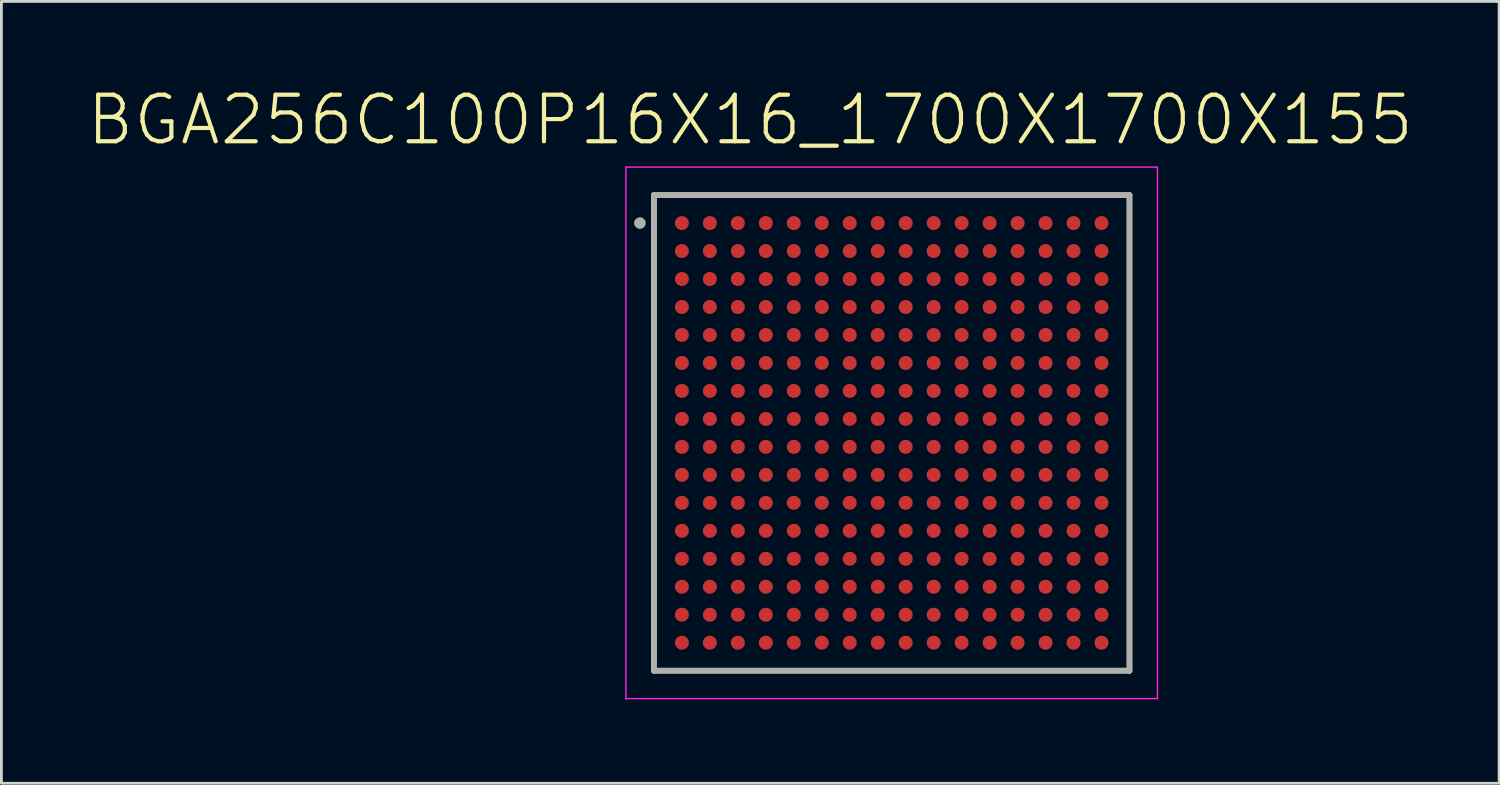
<source format=kicad_pcb>
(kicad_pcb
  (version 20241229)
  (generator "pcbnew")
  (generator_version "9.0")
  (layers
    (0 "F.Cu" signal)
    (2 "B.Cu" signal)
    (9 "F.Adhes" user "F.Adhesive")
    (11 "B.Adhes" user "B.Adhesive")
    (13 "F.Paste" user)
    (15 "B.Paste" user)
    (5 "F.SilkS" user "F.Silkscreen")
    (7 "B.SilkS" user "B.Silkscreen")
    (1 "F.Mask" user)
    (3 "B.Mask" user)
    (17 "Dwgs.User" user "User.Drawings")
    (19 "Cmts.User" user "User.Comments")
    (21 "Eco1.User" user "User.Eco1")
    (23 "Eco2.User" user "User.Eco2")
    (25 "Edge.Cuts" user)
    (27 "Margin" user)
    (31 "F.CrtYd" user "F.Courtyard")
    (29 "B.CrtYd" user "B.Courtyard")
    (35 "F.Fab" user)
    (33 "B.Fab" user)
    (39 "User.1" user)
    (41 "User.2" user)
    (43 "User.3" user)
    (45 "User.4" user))
  (footprint "BGA256C100P16X16_1700X1700X155"
    (layer "F.Cu")
    (at 28.825 12.424)
    (property "Reference" "BGA256C100P16X16_1700X1700X155" (at -5.056 -11.187 0) (layer "F.SilkS") (effects (font (size 1.665 1.665) (thickness 0.15))))
    (attr smd)
    (fp_circle (center -7.5 -7.5) (end -7.25 -7.5) (stroke (width 0) (type solid)) (fill yes) (layer "F.Mask"))
    (fp_circle (center -7.5 -6.5) (end -7.25 -6.5) (stroke (width 0) (type solid)) (fill yes) (layer "F.Mask"))
    (fp_circle (center -7.5 -5.5) (end -7.25 -5.5) (stroke (width 0) (type solid)) (fill yes) (layer "F.Mask"))
    (fp_circle (center -7.5 -4.5) (end -7.25 -4.5) (stroke (width 0) (type solid)) (fill yes) (layer "F.Mask"))
    (fp_circle (center -7.5 -3.5) (end -7.25 -3.5) (stroke (width 0) (type solid)) (fill yes) (layer "F.Mask"))
    (fp_circle (center -7.5 -2.5) (end -7.25 -2.5) (stroke (width 0) (type solid)) (fill yes) (layer "F.Mask"))
    (fp_circle (center -7.5 -1.5) (end -7.25 -1.5) (stroke (width 0) (type solid)) (fill yes) (layer "F.Mask"))
    (fp_circle (center -7.5 -0.5) (end -7.25 -0.5) (stroke (width 0) (type solid)) (fill yes) (layer "F.Mask"))
    (fp_circle (center -7.5 0.5) (end -7.25 0.5) (stroke (width 0) (type solid)) (fill yes) (layer "F.Mask"))
    (fp_circle (center -7.5 1.5) (end -7.25 1.5) (stroke (width 0) (type solid)) (fill yes) (layer "F.Mask"))
    (fp_circle (center -7.5 2.5) (end -7.25 2.5) (stroke (width 0) (type solid)) (fill yes) (layer "F.Mask"))
    (fp_circle (center -7.5 3.5) (end -7.25 3.5) (stroke (width 0) (type solid)) (fill yes) (layer "F.Mask"))
    (fp_circle (center -7.5 4.5) (end -7.25 4.5) (stroke (width 0) (type solid)) (fill yes) (layer "F.Mask"))
    (fp_circle (center -7.5 5.5) (end -7.25 5.5) (stroke (width 0) (type solid)) (fill yes) (layer "F.Mask"))
    (fp_circle (center -7.5 6.5) (end -7.25 6.5) (stroke (width 0) (type solid)) (fill yes) (layer "F.Mask"))
    (fp_circle (center -7.5 7.5) (end -7.25 7.5) (stroke (width 0) (type solid)) (fill yes) (layer "F.Mask"))
    (fp_circle (center -6.5 -7.5) (end -6.25 -7.5) (stroke (width 0) (type solid)) (fill yes) (layer "F.Mask"))
    (fp_circle (center -6.5 -6.5) (end -6.25 -6.5) (stroke (width 0) (type solid)) (fill yes) (layer "F.Mask"))
    (fp_circle (center -6.5 -5.5) (end -6.25 -5.5) (stroke (width 0) (type solid)) (fill yes) (layer "F.Mask"))
    (fp_circle (center -6.5 -4.5) (end -6.25 -4.5) (stroke (width 0) (type solid)) (fill yes) (layer "F.Mask"))
    (fp_circle (center -6.5 -3.5) (end -6.25 -3.5) (stroke (width 0) (type solid)) (fill yes) (layer "F.Mask"))
    (fp_circle (center -6.5 -2.5) (end -6.25 -2.5) (stroke (width 0) (type solid)) (fill yes) (layer "F.Mask"))
    (fp_circle (center -6.5 -1.5) (end -6.25 -1.5) (stroke (width 0) (type solid)) (fill yes) (layer "F.Mask"))
    (fp_circle (center -6.5 -0.5) (end -6.25 -0.5) (stroke (width 0) (type solid)) (fill yes) (layer "F.Mask"))
    (fp_circle (center -6.5 0.5) (end -6.25 0.5) (stroke (width 0) (type solid)) (fill yes) (layer "F.Mask"))
    (fp_circle (center -6.5 1.5) (end -6.25 1.5) (stroke (width 0) (type solid)) (fill yes) (layer "F.Mask"))
    (fp_circle (center -6.5 2.5) (end -6.25 2.5) (stroke (width 0) (type solid)) (fill yes) (layer "F.Mask"))
    (fp_circle (center -6.5 3.5) (end -6.25 3.5) (stroke (width 0) (type solid)) (fill yes) (layer "F.Mask"))
    (fp_circle (center -6.5 4.5) (end -6.25 4.5) (stroke (width 0) (type solid)) (fill yes) (layer "F.Mask"))
    (fp_circle (center -6.5 5.5) (end -6.25 5.5) (stroke (width 0) (type solid)) (fill yes) (layer "F.Mask"))
    (fp_circle (center -6.5 6.5) (end -6.25 6.5) (stroke (width 0) (type solid)) (fill yes) (layer "F.Mask"))
    (fp_circle (center -6.5 7.5) (end -6.25 7.5) (stroke (width 0) (type solid)) (fill yes) (layer "F.Mask"))
    (fp_circle (center -5.5 -7.5) (end -5.25 -7.5) (stroke (width 0) (type solid)) (fill yes) (layer "F.Mask"))
    (fp_circle (center -5.5 -6.5) (end -5.25 -6.5) (stroke (width 0) (type solid)) (fill yes) (layer "F.Mask"))
    (fp_circle (center -5.5 -5.5) (end -5.25 -5.5) (stroke (width 0) (type solid)) (fill yes) (layer "F.Mask"))
    (fp_circle (center -5.5 -4.5) (end -5.25 -4.5) (stroke (width 0) (type solid)) (fill yes) (layer "F.Mask"))
    (fp_circle (center -5.5 -3.5) (end -5.25 -3.5) (stroke (width 0) (type solid)) (fill yes) (layer "F.Mask"))
    (fp_circle (center -5.5 -2.5) (end -5.25 -2.5) (stroke (width 0) (type solid)) (fill yes) (layer "F.Mask"))
    (fp_circle (center -5.5 -1.5) (end -5.25 -1.5) (stroke (width 0) (type solid)) (fill yes) (layer "F.Mask"))
    (fp_circle (center -5.5 -0.5) (end -5.25 -0.5) (stroke (width 0) (type solid)) (fill yes) (layer "F.Mask"))
    (fp_circle (center -5.5 0.5) (end -5.25 0.5) (stroke (width 0) (type solid)) (fill yes) (layer "F.Mask"))
    (fp_circle (center -5.5 1.5) (end -5.25 1.5) (stroke (width 0) (type solid)) (fill yes) (layer "F.Mask"))
    (fp_circle (center -5.5 2.5) (end -5.25 2.5) (stroke (width 0) (type solid)) (fill yes) (layer "F.Mask"))
    (fp_circle (center -5.5 3.5) (end -5.25 3.5) (stroke (width 0) (type solid)) (fill yes) (layer "F.Mask"))
    (fp_circle (center -5.5 4.5) (end -5.25 4.5) (stroke (width 0) (type solid)) (fill yes) (layer "F.Mask"))
    (fp_circle (center -5.5 5.5) (end -5.25 5.5) (stroke (width 0) (type solid)) (fill yes) (layer "F.Mask"))
    (fp_circle (center -5.5 6.5) (end -5.25 6.5) (stroke (width 0) (type solid)) (fill yes) (layer "F.Mask"))
    (fp_circle (center -5.5 7.5) (end -5.25 7.5) (stroke (width 0) (type solid)) (fill yes) (layer "F.Mask"))
    (fp_circle (center -4.5 -7.5) (end -4.25 -7.5) (stroke (width 0) (type solid)) (fill yes) (layer "F.Mask"))
    (fp_circle (center -4.5 -6.5) (end -4.25 -6.5) (stroke (width 0) (type solid)) (fill yes) (layer "F.Mask"))
    (fp_circle (center -4.5 -5.5) (end -4.25 -5.5) (stroke (width 0) (type solid)) (fill yes) (layer "F.Mask"))
    (fp_circle (center -4.5 -4.5) (end -4.25 -4.5) (stroke (width 0) (type solid)) (fill yes) (layer "F.Mask"))
    (fp_circle (center -4.5 -3.5) (end -4.25 -3.5) (stroke (width 0) (type solid)) (fill yes) (layer "F.Mask"))
    (fp_circle (center -4.5 -2.5) (end -4.25 -2.5) (stroke (width 0) (type solid)) (fill yes) (layer "F.Mask"))
    (fp_circle (center -4.5 -1.5) (end -4.25 -1.5) (stroke (width 0) (type solid)) (fill yes) (layer "F.Mask"))
    (fp_circle (center -4.5 -0.5) (end -4.25 -0.5) (stroke (width 0) (type solid)) (fill yes) (layer "F.Mask"))
    (fp_circle (center -4.5 0.5) (end -4.25 0.5) (stroke (width 0) (type solid)) (fill yes) (layer "F.Mask"))
    (fp_circle (center -4.5 1.5) (end -4.25 1.5) (stroke (width 0) (type solid)) (fill yes) (layer "F.Mask"))
    (fp_circle (center -4.5 2.5) (end -4.25 2.5) (stroke (width 0) (type solid)) (fill yes) (layer "F.Mask"))
    (fp_circle (center -4.5 3.5) (end -4.25 3.5) (stroke (width 0) (type solid)) (fill yes) (layer "F.Mask"))
    (fp_circle (center -4.5 4.5) (end -4.25 4.5) (stroke (width 0) (type solid)) (fill yes) (layer "F.Mask"))
    (fp_circle (center -4.5 5.5) (end -4.25 5.5) (stroke (width 0) (type solid)) (fill yes) (layer "F.Mask"))
    (fp_circle (center -4.5 6.5) (end -4.25 6.5) (stroke (width 0) (type solid)) (fill yes) (layer "F.Mask"))
    (fp_circle (center -4.5 7.5) (end -4.25 7.5) (stroke (width 0) (type solid)) (fill yes) (layer "F.Mask"))
    (fp_circle (center -3.5 -7.5) (end -3.25 -7.5) (stroke (width 0) (type solid)) (fill yes) (layer "F.Mask"))
    (fp_circle (center -3.5 -6.5) (end -3.25 -6.5) (stroke (width 0) (type solid)) (fill yes) (layer "F.Mask"))
    (fp_circle (center -3.5 -5.5) (end -3.25 -5.5) (stroke (width 0) (type solid)) (fill yes) (layer "F.Mask"))
    (fp_circle (center -3.5 -4.5) (end -3.25 -4.5) (stroke (width 0) (type solid)) (fill yes) (layer "F.Mask"))
    (fp_circle (center -3.5 -3.5) (end -3.25 -3.5) (stroke (width 0) (type solid)) (fill yes) (layer "F.Mask"))
    (fp_circle (center -3.5 -2.5) (end -3.25 -2.5) (stroke (width 0) (type solid)) (fill yes) (layer "F.Mask"))
    (fp_circle (center -3.5 -1.5) (end -3.25 -1.5) (stroke (width 0) (type solid)) (fill yes) (layer "F.Mask"))
    (fp_circle (center -3.5 -0.5) (end -3.25 -0.5) (stroke (width 0) (type solid)) (fill yes) (layer "F.Mask"))
    (fp_circle (center -3.5 0.5) (end -3.25 0.5) (stroke (width 0) (type solid)) (fill yes) (layer "F.Mask"))
    (fp_circle (center -3.5 1.5) (end -3.25 1.5) (stroke (width 0) (type solid)) (fill yes) (layer "F.Mask"))
    (fp_circle (center -3.5 2.5) (end -3.25 2.5) (stroke (width 0) (type solid)) (fill yes) (layer "F.Mask"))
    (fp_circle (center -3.5 3.5) (end -3.25 3.5) (stroke (width 0) (type solid)) (fill yes) (layer "F.Mask"))
    (fp_circle (center -3.5 4.5) (end -3.25 4.5) (stroke (width 0) (type solid)) (fill yes) (layer "F.Mask"))
    (fp_circle (center -3.5 5.5) (end -3.25 5.5) (stroke (width 0) (type solid)) (fill yes) (layer "F.Mask"))
    (fp_circle (center -3.5 6.5) (end -3.25 6.5) (stroke (width 0) (type solid)) (fill yes) (layer "F.Mask"))
    (fp_circle (center -3.5 7.5) (end -3.25 7.5) (stroke (width 0) (type solid)) (fill yes) (layer "F.Mask"))
    (fp_circle (center -2.5 -7.5) (end -2.25 -7.5) (stroke (width 0) (type solid)) (fill yes) (layer "F.Mask"))
    (fp_circle (center -2.5 -6.5) (end -2.25 -6.5) (stroke (width 0) (type solid)) (fill yes) (layer "F.Mask"))
    (fp_circle (center -2.5 -5.5) (end -2.25 -5.5) (stroke (width 0) (type solid)) (fill yes) (layer "F.Mask"))
    (fp_circle (center -2.5 -4.5) (end -2.25 -4.5) (stroke (width 0) (type solid)) (fill yes) (layer "F.Mask"))
    (fp_circle (center -2.5 -3.5) (end -2.25 -3.5) (stroke (width 0) (type solid)) (fill yes) (layer "F.Mask"))
    (fp_circle (center -2.5 -2.5) (end -2.25 -2.5) (stroke (width 0) (type solid)) (fill yes) (layer "F.Mask"))
    (fp_circle (center -2.5 -1.5) (end -2.25 -1.5) (stroke (width 0) (type solid)) (fill yes) (layer "F.Mask"))
    (fp_circle (center -2.5 -0.5) (end -2.25 -0.5) (stroke (width 0) (type solid)) (fill yes) (layer "F.Mask"))
    (fp_circle (center -2.5 0.5) (end -2.25 0.5) (stroke (width 0) (type solid)) (fill yes) (layer "F.Mask"))
    (fp_circle (center -2.5 1.5) (end -2.25 1.5) (stroke (width 0) (type solid)) (fill yes) (layer "F.Mask"))
    (fp_circle (center -2.5 2.5) (end -2.25 2.5) (stroke (width 0) (type solid)) (fill yes) (layer "F.Mask"))
    (fp_circle (center -2.5 3.5) (end -2.25 3.5) (stroke (width 0) (type solid)) (fill yes) (layer "F.Mask"))
    (fp_circle (center -2.5 4.5) (end -2.25 4.5) (stroke (width 0) (type solid)) (fill yes) (layer "F.Mask"))
    (fp_circle (center -2.5 5.5) (end -2.25 5.5) (stroke (width 0) (type solid)) (fill yes) (layer "F.Mask"))
    (fp_circle (center -2.5 6.5) (end -2.25 6.5) (stroke (width 0) (type solid)) (fill yes) (layer "F.Mask"))
    (fp_circle (center -2.5 7.5) (end -2.25 7.5) (stroke (width 0) (type solid)) (fill yes) (layer "F.Mask"))
    (fp_circle (center -1.5 -7.5) (end -1.25 -7.5) (stroke (width 0) (type solid)) (fill yes) (layer "F.Mask"))
    (fp_circle (center -1.5 -6.5) (end -1.25 -6.5) (stroke (width 0) (type solid)) (fill yes) (layer "F.Mask"))
    (fp_circle (center -1.5 -5.5) (end -1.25 -5.5) (stroke (width 0) (type solid)) (fill yes) (layer "F.Mask"))
    (fp_circle (center -1.5 -4.5) (end -1.25 -4.5) (stroke (width 0) (type solid)) (fill yes) (layer "F.Mask"))
    (fp_circle (center -1.5 -3.5) (end -1.25 -3.5) (stroke (width 0) (type solid)) (fill yes) (layer "F.Mask"))
    (fp_circle (center -1.5 -2.5) (end -1.25 -2.5) (stroke (width 0) (type solid)) (fill yes) (layer "F.Mask"))
    (fp_circle (center -1.5 -1.5) (end -1.25 -1.5) (stroke (width 0) (type solid)) (fill yes) (layer "F.Mask"))
    (fp_circle (center -1.5 -0.5) (end -1.25 -0.5) (stroke (width 0) (type solid)) (fill yes) (layer "F.Mask"))
    (fp_circle (center -1.5 0.5) (end -1.25 0.5) (stroke (width 0) (type solid)) (fill yes) (layer "F.Mask"))
    (fp_circle (center -1.5 1.5) (end -1.25 1.5) (stroke (width 0) (type solid)) (fill yes) (layer "F.Mask"))
    (fp_circle (center -1.5 2.5) (end -1.25 2.5) (stroke (width 0) (type solid)) (fill yes) (layer "F.Mask"))
    (fp_circle (center -1.5 3.5) (end -1.25 3.5) (stroke (width 0) (type solid)) (fill yes) (layer "F.Mask"))
    (fp_circle (center -1.5 4.5) (end -1.25 4.5) (stroke (width 0) (type solid)) (fill yes) (layer "F.Mask"))
    (fp_circle (center -1.5 5.5) (end -1.25 5.5) (stroke (width 0) (type solid)) (fill yes) (layer "F.Mask"))
    (fp_circle (center -1.5 6.5) (end -1.25 6.5) (stroke (width 0) (type solid)) (fill yes) (layer "F.Mask"))
    (fp_circle (center -1.5 7.5) (end -1.25 7.5) (stroke (width 0) (type solid)) (fill yes) (layer "F.Mask"))
    (fp_circle (center -0.5 -7.5) (end -0.25 -7.5) (stroke (width 0) (type solid)) (fill yes) (layer "F.Mask"))
    (fp_circle (center -0.5 -6.5) (end -0.25 -6.5) (stroke (width 0) (type solid)) (fill yes) (layer "F.Mask"))
    (fp_circle (center -0.5 -5.5) (end -0.25 -5.5) (stroke (width 0) (type solid)) (fill yes) (layer "F.Mask"))
    (fp_circle (center -0.5 -4.5) (end -0.25 -4.5) (stroke (width 0) (type solid)) (fill yes) (layer "F.Mask"))
    (fp_circle (center -0.5 -3.5) (end -0.25 -3.5) (stroke (width 0) (type solid)) (fill yes) (layer "F.Mask"))
    (fp_circle (center -0.5 -2.5) (end -0.25 -2.5) (stroke (width 0) (type solid)) (fill yes) (layer "F.Mask"))
    (fp_circle (center -0.5 -1.5) (end -0.25 -1.5) (stroke (width 0) (type solid)) (fill yes) (layer "F.Mask"))
    (fp_circle (center -0.5 -0.5) (end -0.25 -0.5) (stroke (width 0) (type solid)) (fill yes) (layer "F.Mask"))
    (fp_circle (center -0.5 0.5) (end -0.25 0.5) (stroke (width 0) (type solid)) (fill yes) (layer "F.Mask"))
    (fp_circle (center -0.5 1.5) (end -0.25 1.5) (stroke (width 0) (type solid)) (fill yes) (layer "F.Mask"))
    (fp_circle (center -0.5 2.5) (end -0.25 2.5) (stroke (width 0) (type solid)) (fill yes) (layer "F.Mask"))
    (fp_circle (center -0.5 3.5) (end -0.25 3.5) (stroke (width 0) (type solid)) (fill yes) (layer "F.Mask"))
    (fp_circle (center -0.5 4.5) (end -0.25 4.5) (stroke (width 0) (type solid)) (fill yes) (layer "F.Mask"))
    (fp_circle (center -0.5 5.5) (end -0.25 5.5) (stroke (width 0) (type solid)) (fill yes) (layer "F.Mask"))
    (fp_circle (center -0.5 6.5) (end -0.25 6.5) (stroke (width 0) (type solid)) (fill yes) (layer "F.Mask"))
    (fp_circle (center -0.5 7.5) (end -0.25 7.5) (stroke (width 0) (type solid)) (fill yes) (layer "F.Mask"))
    (fp_circle (center 0.5 -7.5) (end 0.75 -7.5) (stroke (width 0) (type solid)) (fill yes) (layer "F.Mask"))
    (fp_circle (center 0.5 -6.5) (end 0.75 -6.5) (stroke (width 0) (type solid)) (fill yes) (layer "F.Mask"))
    (fp_circle (center 0.5 -5.5) (end 0.75 -5.5) (stroke (width 0) (type solid)) (fill yes) (layer "F.Mask"))
    (fp_circle (center 0.5 -4.5) (end 0.75 -4.5) (stroke (width 0) (type solid)) (fill yes) (layer "F.Mask"))
    (fp_circle (center 0.5 -3.5) (end 0.75 -3.5) (stroke (width 0) (type solid)) (fill yes) (layer "F.Mask"))
    (fp_circle (center 0.5 -2.5) (end 0.75 -2.5) (stroke (width 0) (type solid)) (fill yes) (layer "F.Mask"))
    (fp_circle (center 0.5 -1.5) (end 0.75 -1.5) (stroke (width 0) (type solid)) (fill yes) (layer "F.Mask"))
    (fp_circle (center 0.5 -0.5) (end 0.75 -0.5) (stroke (width 0) (type solid)) (fill yes) (layer "F.Mask"))
    (fp_circle (center 0.5 0.5) (end 0.75 0.5) (stroke (width 0) (type solid)) (fill yes) (layer "F.Mask"))
    (fp_circle (center 0.5 1.5) (end 0.75 1.5) (stroke (width 0) (type solid)) (fill yes) (layer "F.Mask"))
    (fp_circle (center 0.5 2.5) (end 0.75 2.5) (stroke (width 0) (type solid)) (fill yes) (layer "F.Mask"))
    (fp_circle (center 0.5 3.5) (end 0.75 3.5) (stroke (width 0) (type solid)) (fill yes) (layer "F.Mask"))
    (fp_circle (center 0.5 4.5) (end 0.75 4.5) (stroke (width 0) (type solid)) (fill yes) (layer "F.Mask"))
    (fp_circle (center 0.5 5.5) (end 0.75 5.5) (stroke (width 0) (type solid)) (fill yes) (layer "F.Mask"))
    (fp_circle (center 0.5 6.5) (end 0.75 6.5) (stroke (width 0) (type solid)) (fill yes) (layer "F.Mask"))
    (fp_circle (center 0.5 7.5) (end 0.75 7.5) (stroke (width 0) (type solid)) (fill yes) (layer "F.Mask"))
    (fp_circle (center 1.5 -7.5) (end 1.75 -7.5) (stroke (width 0) (type solid)) (fill yes) (layer "F.Mask"))
    (fp_circle (center 1.5 -6.5) (end 1.75 -6.5) (stroke (width 0) (type solid)) (fill yes) (layer "F.Mask"))
    (fp_circle (center 1.5 -5.5) (end 1.75 -5.5) (stroke (width 0) (type solid)) (fill yes) (layer "F.Mask"))
    (fp_circle (center 1.5 -4.5) (end 1.75 -4.5) (stroke (width 0) (type solid)) (fill yes) (layer "F.Mask"))
    (fp_circle (center 1.5 -3.5) (end 1.75 -3.5) (stroke (width 0) (type solid)) (fill yes) (layer "F.Mask"))
    (fp_circle (center 1.5 -2.5) (end 1.75 -2.5) (stroke (width 0) (type solid)) (fill yes) (layer "F.Mask"))
    (fp_circle (center 1.5 -1.5) (end 1.75 -1.5) (stroke (width 0) (type solid)) (fill yes) (layer "F.Mask"))
    (fp_circle (center 1.5 -0.5) (end 1.75 -0.5) (stroke (width 0) (type solid)) (fill yes) (layer "F.Mask"))
    (fp_circle (center 1.5 0.5) (end 1.75 0.5) (stroke (width 0) (type solid)) (fill yes) (layer "F.Mask"))
    (fp_circle (center 1.5 1.5) (end 1.75 1.5) (stroke (width 0) (type solid)) (fill yes) (layer "F.Mask"))
    (fp_circle (center 1.5 2.5) (end 1.75 2.5) (stroke (width 0) (type solid)) (fill yes) (layer "F.Mask"))
    (fp_circle (center 1.5 3.5) (end 1.75 3.5) (stroke (width 0) (type solid)) (fill yes) (layer "F.Mask"))
    (fp_circle (center 1.5 4.5) (end 1.75 4.5) (stroke (width 0) (type solid)) (fill yes) (layer "F.Mask"))
    (fp_circle (center 1.5 5.5) (end 1.75 5.5) (stroke (width 0) (type solid)) (fill yes) (layer "F.Mask"))
    (fp_circle (center 1.5 6.5) (end 1.75 6.5) (stroke (width 0) (type solid)) (fill yes) (layer "F.Mask"))
    (fp_circle (center 1.5 7.5) (end 1.75 7.5) (stroke (width 0) (type solid)) (fill yes) (layer "F.Mask"))
    (fp_circle (center 2.5 -7.5) (end 2.75 -7.5) (stroke (width 0) (type solid)) (fill yes) (layer "F.Mask"))
    (fp_circle (center 2.5 -6.5) (end 2.75 -6.5) (stroke (width 0) (type solid)) (fill yes) (layer "F.Mask"))
    (fp_circle (center 2.5 -5.5) (end 2.75 -5.5) (stroke (width 0) (type solid)) (fill yes) (layer "F.Mask"))
    (fp_circle (center 2.5 -4.5) (end 2.75 -4.5) (stroke (width 0) (type solid)) (fill yes) (layer "F.Mask"))
    (fp_circle (center 2.5 -3.5) (end 2.75 -3.5) (stroke (width 0) (type solid)) (fill yes) (layer "F.Mask"))
    (fp_circle (center 2.5 -2.5) (end 2.75 -2.5) (stroke (width 0) (type solid)) (fill yes) (layer "F.Mask"))
    (fp_circle (center 2.5 -1.5) (end 2.75 -1.5) (stroke (width 0) (type solid)) (fill yes) (layer "F.Mask"))
    (fp_circle (center 2.5 -0.5) (end 2.75 -0.5) (stroke (width 0) (type solid)) (fill yes) (layer "F.Mask"))
    (fp_circle (center 2.5 0.5) (end 2.75 0.5) (stroke (width 0) (type solid)) (fill yes) (layer "F.Mask"))
    (fp_circle (center 2.5 1.5) (end 2.75 1.5) (stroke (width 0) (type solid)) (fill yes) (layer "F.Mask"))
    (fp_circle (center 2.5 2.5) (end 2.75 2.5) (stroke (width 0) (type solid)) (fill yes) (layer "F.Mask"))
    (fp_circle (center 2.5 3.5) (end 2.75 3.5) (stroke (width 0) (type solid)) (fill yes) (layer "F.Mask"))
    (fp_circle (center 2.5 4.5) (end 2.75 4.5) (stroke (width 0) (type solid)) (fill yes) (layer "F.Mask"))
    (fp_circle (center 2.5 5.5) (end 2.75 5.5) (stroke (width 0) (type solid)) (fill yes) (layer "F.Mask"))
    (fp_circle (center 2.5 6.5) (end 2.75 6.5) (stroke (width 0) (type solid)) (fill yes) (layer "F.Mask"))
    (fp_circle (center 2.5 7.5) (end 2.75 7.5) (stroke (width 0) (type solid)) (fill yes) (layer "F.Mask"))
    (fp_circle (center 3.5 -7.5) (end 3.75 -7.5) (stroke (width 0) (type solid)) (fill yes) (layer "F.Mask"))
    (fp_circle (center 3.5 -6.5) (end 3.75 -6.5) (stroke (width 0) (type solid)) (fill yes) (layer "F.Mask"))
    (fp_circle (center 3.5 -5.5) (end 3.75 -5.5) (stroke (width 0) (type solid)) (fill yes) (layer "F.Mask"))
    (fp_circle (center 3.5 -4.5) (end 3.75 -4.5) (stroke (width 0) (type solid)) (fill yes) (layer "F.Mask"))
    (fp_circle (center 3.5 -3.5) (end 3.75 -3.5) (stroke (width 0) (type solid)) (fill yes) (layer "F.Mask"))
    (fp_circle (center 3.5 -2.5) (end 3.75 -2.5) (stroke (width 0) (type solid)) (fill yes) (layer "F.Mask"))
    (fp_circle (center 3.5 -1.5) (end 3.75 -1.5) (stroke (width 0) (type solid)) (fill yes) (layer "F.Mask"))
    (fp_circle (center 3.5 -0.5) (end 3.75 -0.5) (stroke (width 0) (type solid)) (fill yes) (layer "F.Mask"))
    (fp_circle (center 3.5 0.5) (end 3.75 0.5) (stroke (width 0) (type solid)) (fill yes) (layer "F.Mask"))
    (fp_circle (center 3.5 1.5) (end 3.75 1.5) (stroke (width 0) (type solid)) (fill yes) (layer "F.Mask"))
    (fp_circle (center 3.5 2.5) (end 3.75 2.5) (stroke (width 0) (type solid)) (fill yes) (layer "F.Mask"))
    (fp_circle (center 3.5 3.5) (end 3.75 3.5) (stroke (width 0) (type solid)) (fill yes) (layer "F.Mask"))
    (fp_circle (center 3.5 4.5) (end 3.75 4.5) (stroke (width 0) (type solid)) (fill yes) (layer "F.Mask"))
    (fp_circle (center 3.5 5.5) (end 3.75 5.5) (stroke (width 0) (type solid)) (fill yes) (layer "F.Mask"))
    (fp_circle (center 3.5 6.5) (end 3.75 6.5) (stroke (width 0) (type solid)) (fill yes) (layer "F.Mask"))
    (fp_circle (center 3.5 7.5) (end 3.75 7.5) (stroke (width 0) (type solid)) (fill yes) (layer "F.Mask"))
    (fp_circle (center 4.5 -7.5) (end 4.75 -7.5) (stroke (width 0) (type solid)) (fill yes) (layer "F.Mask"))
    (fp_circle (center 4.5 -6.5) (end 4.75 -6.5) (stroke (width 0) (type solid)) (fill yes) (layer "F.Mask"))
    (fp_circle (center 4.5 -5.5) (end 4.75 -5.5) (stroke (width 0) (type solid)) (fill yes) (layer "F.Mask"))
    (fp_circle (center 4.5 -4.5) (end 4.75 -4.5) (stroke (width 0) (type solid)) (fill yes) (layer "F.Mask"))
    (fp_circle (center 4.5 -3.5) (end 4.75 -3.5) (stroke (width 0) (type solid)) (fill yes) (layer "F.Mask"))
    (fp_circle (center 4.5 -2.5) (end 4.75 -2.5) (stroke (width 0) (type solid)) (fill yes) (layer "F.Mask"))
    (fp_circle (center 4.5 -1.5) (end 4.75 -1.5) (stroke (width 0) (type solid)) (fill yes) (layer "F.Mask"))
    (fp_circle (center 4.5 -0.5) (end 4.75 -0.5) (stroke (width 0) (type solid)) (fill yes) (layer "F.Mask"))
    (fp_circle (center 4.5 0.5) (end 4.75 0.5) (stroke (width 0) (type solid)) (fill yes) (layer "F.Mask"))
    (fp_circle (center 4.5 1.5) (end 4.75 1.5) (stroke (width 0) (type solid)) (fill yes) (layer "F.Mask"))
    (fp_circle (center 4.5 2.5) (end 4.75 2.5) (stroke (width 0) (type solid)) (fill yes) (layer "F.Mask"))
    (fp_circle (center 4.5 3.5) (end 4.75 3.5) (stroke (width 0) (type solid)) (fill yes) (layer "F.Mask"))
    (fp_circle (center 4.5 4.5) (end 4.75 4.5) (stroke (width 0) (type solid)) (fill yes) (layer "F.Mask"))
    (fp_circle (center 4.5 5.5) (end 4.75 5.5) (stroke (width 0) (type solid)) (fill yes) (layer "F.Mask"))
    (fp_circle (center 4.5 6.5) (end 4.75 6.5) (stroke (width 0) (type solid)) (fill yes) (layer "F.Mask"))
    (fp_circle (center 4.5 7.5) (end 4.75 7.5) (stroke (width 0) (type solid)) (fill yes) (layer "F.Mask"))
    (fp_circle (center 5.5 -7.5) (end 5.75 -7.5) (stroke (width 0) (type solid)) (fill yes) (layer "F.Mask"))
    (fp_circle (center 5.5 -6.5) (end 5.75 -6.5) (stroke (width 0) (type solid)) (fill yes) (layer "F.Mask"))
    (fp_circle (center 5.5 -5.5) (end 5.75 -5.5) (stroke (width 0) (type solid)) (fill yes) (layer "F.Mask"))
    (fp_circle (center 5.5 -4.5) (end 5.75 -4.5) (stroke (width 0) (type solid)) (fill yes) (layer "F.Mask"))
    (fp_circle (center 5.5 -3.5) (end 5.75 -3.5) (stroke (width 0) (type solid)) (fill yes) (layer "F.Mask"))
    (fp_circle (center 5.5 -2.5) (end 5.75 -2.5) (stroke (width 0) (type solid)) (fill yes) (layer "F.Mask"))
    (fp_circle (center 5.5 -1.5) (end 5.75 -1.5) (stroke (width 0) (type solid)) (fill yes) (layer "F.Mask"))
    (fp_circle (center 5.5 -0.5) (end 5.75 -0.5) (stroke (width 0) (type solid)) (fill yes) (layer "F.Mask"))
    (fp_circle (center 5.5 0.5) (end 5.75 0.5) (stroke (width 0) (type solid)) (fill yes) (layer "F.Mask"))
    (fp_circle (center 5.5 1.5) (end 5.75 1.5) (stroke (width 0) (type solid)) (fill yes) (layer "F.Mask"))
    (fp_circle (center 5.5 2.5) (end 5.75 2.5) (stroke (width 0) (type solid)) (fill yes) (layer "F.Mask"))
    (fp_circle (center 5.5 3.5) (end 5.75 3.5) (stroke (width 0) (type solid)) (fill yes) (layer "F.Mask"))
    (fp_circle (center 5.5 4.5) (end 5.75 4.5) (stroke (width 0) (type solid)) (fill yes) (layer "F.Mask"))
    (fp_circle (center 5.5 5.5) (end 5.75 5.5) (stroke (width 0) (type solid)) (fill yes) (layer "F.Mask"))
    (fp_circle (center 5.5 6.5) (end 5.75 6.5) (stroke (width 0) (type solid)) (fill yes) (layer "F.Mask"))
    (fp_circle (center 5.5 7.5) (end 5.75 7.5) (stroke (width 0) (type solid)) (fill yes) (layer "F.Mask"))
    (fp_circle (center 6.5 -7.5) (end 6.75 -7.5) (stroke (width 0) (type solid)) (fill yes) (layer "F.Mask"))
    (fp_circle (center 6.5 -6.5) (end 6.75 -6.5) (stroke (width 0) (type solid)) (fill yes) (layer "F.Mask"))
    (fp_circle (center 6.5 -5.5) (end 6.75 -5.5) (stroke (width 0) (type solid)) (fill yes) (layer "F.Mask"))
    (fp_circle (center 6.5 -4.5) (end 6.75 -4.5) (stroke (width 0) (type solid)) (fill yes) (layer "F.Mask"))
    (fp_circle (center 6.5 -3.5) (end 6.75 -3.5) (stroke (width 0) (type solid)) (fill yes) (layer "F.Mask"))
    (fp_circle (center 6.5 -2.5) (end 6.75 -2.5) (stroke (width 0) (type solid)) (fill yes) (layer "F.Mask"))
    (fp_circle (center 6.5 -1.5) (end 6.75 -1.5) (stroke (width 0) (type solid)) (fill yes) (layer "F.Mask"))
    (fp_circle (center 6.5 -0.5) (end 6.75 -0.5) (stroke (width 0) (type solid)) (fill yes) (layer "F.Mask"))
    (fp_circle (center 6.5 0.5) (end 6.75 0.5) (stroke (width 0) (type solid)) (fill yes) (layer "F.Mask"))
    (fp_circle (center 6.5 1.5) (end 6.75 1.5) (stroke (width 0) (type solid)) (fill yes) (layer "F.Mask"))
    (fp_circle (center 6.5 2.5) (end 6.75 2.5) (stroke (width 0) (type solid)) (fill yes) (layer "F.Mask"))
    (fp_circle (center 6.5 3.5) (end 6.75 3.5) (stroke (width 0) (type solid)) (fill yes) (layer "F.Mask"))
    (fp_circle (center 6.5 4.5) (end 6.75 4.5) (stroke (width 0) (type solid)) (fill yes) (layer "F.Mask"))
    (fp_circle (center 6.5 5.5) (end 6.75 5.5) (stroke (width 0) (type solid)) (fill yes) (layer "F.Mask"))
    (fp_circle (center 6.5 6.5) (end 6.75 6.5) (stroke (width 0) (type solid)) (fill yes) (layer "F.Mask"))
    (fp_circle (center 6.5 7.5) (end 6.75 7.5) (stroke (width 0) (type solid)) (fill yes) (layer "F.Mask"))
    (fp_circle (center 7.5 -7.5) (end 7.75 -7.5) (stroke (width 0) (type solid)) (fill yes) (layer "F.Mask"))
    (fp_circle (center 7.5 -6.5) (end 7.75 -6.5) (stroke (width 0) (type solid)) (fill yes) (layer "F.Mask"))
    (fp_circle (center 7.5 -5.5) (end 7.75 -5.5) (stroke (width 0) (type solid)) (fill yes) (layer "F.Mask"))
    (fp_circle (center 7.5 -4.5) (end 7.75 -4.5) (stroke (width 0) (type solid)) (fill yes) (layer "F.Mask"))
    (fp_circle (center 7.5 -3.5) (end 7.75 -3.5) (stroke (width 0) (type solid)) (fill yes) (layer "F.Mask"))
    (fp_circle (center 7.5 -2.5) (end 7.75 -2.5) (stroke (width 0) (type solid)) (fill yes) (layer "F.Mask"))
    (fp_circle (center 7.5 -1.5) (end 7.75 -1.5) (stroke (width 0) (type solid)) (fill yes) (layer "F.Mask"))
    (fp_circle (center 7.5 -0.5) (end 7.75 -0.5) (stroke (width 0) (type solid)) (fill yes) (layer "F.Mask"))
    (fp_circle (center 7.5 0.5) (end 7.75 0.5) (stroke (width 0) (type solid)) (fill yes) (layer "F.Mask"))
    (fp_circle (center 7.5 1.5) (end 7.75 1.5) (stroke (width 0) (type solid)) (fill yes) (layer "F.Mask"))
    (fp_circle (center 7.5 2.5) (end 7.75 2.5) (stroke (width 0) (type solid)) (fill yes) (layer "F.Mask"))
    (fp_circle (center 7.5 3.5) (end 7.75 3.5) (stroke (width 0) (type solid)) (fill yes) (layer "F.Mask"))
    (fp_circle (center 7.5 4.5) (end 7.75 4.5) (stroke (width 0) (type solid)) (fill yes) (layer "F.Mask"))
    (fp_circle (center 7.5 5.5) (end 7.75 5.5) (stroke (width 0) (type solid)) (fill yes) (layer "F.Mask"))
    (fp_circle (center 7.5 6.5) (end 7.75 6.5) (stroke (width 0) (type solid)) (fill yes) (layer "F.Mask"))
    (fp_circle (center 7.5 7.5) (end 7.75 7.5) (stroke (width 0) (type solid)) (fill yes) (layer "F.Mask"))
    (fp_line (start -8.5 -8.5) (end 8.5 -8.5) (stroke (width 0.2) (type solid)) (layer "F.SilkS"))
    (fp_line (start -8.5 8.5) (end -8.5 -8.5) (stroke (width 0.2) (type solid)) (layer "F.SilkS"))
    (fp_line (start 8.5 -8.5) (end 8.5 8.5) (stroke (width 0.2) (type solid)) (layer "F.SilkS"))
    (fp_line (start 8.5 8.5) (end -8.5 8.5) (stroke (width 0.2) (type solid)) (layer "F.SilkS"))
    (fp_circle (center -9 -7.5) (end -8.9 -7.5) (stroke (width 0.2) (type solid)) (fill no) (layer "F.SilkS"))
    (fp_line (start -9.5 -9.5) (end 9.5 -9.5) (stroke (width 0.05) (type solid)) (layer "F.CrtYd"))
    (fp_line (start -9.5 9.5) (end -9.5 -9.5) (stroke (width 0.05) (type solid)) (layer "F.CrtYd"))
    (fp_line (start 9.5 -9.5) (end 9.5 9.5) (stroke (width 0.05) (type solid)) (layer "F.CrtYd"))
    (fp_line (start 9.5 9.5) (end -9.5 9.5) (stroke (width 0.05) (type solid)) (layer "F.CrtYd"))
    (fp_line (start -8.5 -8.5) (end 8.5 -8.5) (stroke (width 0.2) (type solid)) (layer "F.Fab"))
    (fp_line (start -8.5 8.5) (end -8.5 -8.5) (stroke (width 0.2) (type solid)) (layer "F.Fab"))
    (fp_line (start 8.5 -8.5) (end 8.5 8.5) (stroke (width 0.2) (type solid)) (layer "F.Fab"))
    (fp_line (start 8.5 8.5) (end -8.5 8.5) (stroke (width 0.2) (type solid)) (layer "F.Fab"))
    (fp_circle (center -9 -7.5) (end -8.9 -7.5) (stroke (width 0.2) (type solid)) (fill no) (layer "F.Fab"))
    (pad "A1" smd circle (at -7.5 -7.5) (size 0.5 0.5) (layers "F.Cu" "F.Mask" "F.Paste"))
    (pad "A2" smd circle (at -6.5 -7.5) (size 0.5 0.5) (layers "F.Cu" "F.Mask" "F.Paste"))
    (pad "A3" smd circle (at -5.5 -7.5) (size 0.5 0.5) (layers "F.Cu" "F.Mask" "F.Paste"))
    (pad "A4" smd circle (at -4.5 -7.5) (size 0.5 0.5) (layers "F.Cu" "F.Mask" "F.Paste"))
    (pad "A5" smd circle (at -3.5 -7.5) (size 0.5 0.5) (layers "F.Cu" "F.Mask" "F.Paste"))
    (pad "A6" smd circle (at -2.5 -7.5) (size 0.5 0.5) (layers "F.Cu" "F.Mask" "F.Paste"))
    (pad "A7" smd circle (at -1.5 -7.5) (size 0.5 0.5) (layers "F.Cu" "F.Mask" "F.Paste"))
    (pad "A8" smd circle (at -0.5 -7.5) (size 0.5 0.5) (layers "F.Cu" "F.Mask" "F.Paste"))
    (pad "A9" smd circle (at 0.5 -7.5) (size 0.5 0.5) (layers "F.Cu" "F.Mask" "F.Paste"))
    (pad "A10" smd circle (at 1.5 -7.5) (size 0.5 0.5) (layers "F.Cu" "F.Mask" "F.Paste"))
    (pad "A11" smd circle (at 2.5 -7.5) (size 0.5 0.5) (layers "F.Cu" "F.Mask" "F.Paste"))
    (pad "A12" smd circle (at 3.5 -7.5) (size 0.5 0.5) (layers "F.Cu" "F.Mask" "F.Paste"))
    (pad "A13" smd circle (at 4.5 -7.5) (size 0.5 0.5) (layers "F.Cu" "F.Mask" "F.Paste"))
    (pad "A14" smd circle (at 5.5 -7.5) (size 0.5 0.5) (layers "F.Cu" "F.Mask" "F.Paste"))
    (pad "A15" smd circle (at 6.5 -7.5) (size 0.5 0.5) (layers "F.Cu" "F.Mask" "F.Paste"))
    (pad "A16" smd circle (at 7.5 -7.5) (size 0.5 0.5) (layers "F.Cu" "F.Mask" "F.Paste"))
    (pad "B1" smd circle (at -7.5 -6.5) (size 0.5 0.5) (layers "F.Cu" "F.Mask" "F.Paste"))
    (pad "B2" smd circle (at -6.5 -6.5) (size 0.5 0.5) (layers "F.Cu" "F.Mask" "F.Paste"))
    (pad "B3" smd circle (at -5.5 -6.5) (size 0.5 0.5) (layers "F.Cu" "F.Mask" "F.Paste"))
    (pad "B4" smd circle (at -4.5 -6.5) (size 0.5 0.5) (layers "F.Cu" "F.Mask" "F.Paste"))
    (pad "B5" smd circle (at -3.5 -6.5) (size 0.5 0.5) (layers "F.Cu" "F.Mask" "F.Paste"))
    (pad "B6" smd circle (at -2.5 -6.5) (size 0.5 0.5) (layers "F.Cu" "F.Mask" "F.Paste"))
    (pad "B7" smd circle (at -1.5 -6.5) (size 0.5 0.5) (layers "F.Cu" "F.Mask" "F.Paste"))
    (pad "B8" smd circle (at -0.5 -6.5) (size 0.5 0.5) (layers "F.Cu" "F.Mask" "F.Paste"))
    (pad "B9" smd circle (at 0.5 -6.5) (size 0.5 0.5) (layers "F.Cu" "F.Mask" "F.Paste"))
    (pad "B10" smd circle (at 1.5 -6.5) (size 0.5 0.5) (layers "F.Cu" "F.Mask" "F.Paste"))
    (pad "B11" smd circle (at 2.5 -6.5) (size 0.5 0.5) (layers "F.Cu" "F.Mask" "F.Paste"))
    (pad "B12" smd circle (at 3.5 -6.5) (size 0.5 0.5) (layers "F.Cu" "F.Mask" "F.Paste"))
    (pad "B13" smd circle (at 4.5 -6.5) (size 0.5 0.5) (layers "F.Cu" "F.Mask" "F.Paste"))
    (pad "B14" smd circle (at 5.5 -6.5) (size 0.5 0.5) (layers "F.Cu" "F.Mask" "F.Paste"))
    (pad "B15" smd circle (at 6.5 -6.5) (size 0.5 0.5) (layers "F.Cu" "F.Mask" "F.Paste"))
    (pad "B16" smd circle (at 7.5 -6.5) (size 0.5 0.5) (layers "F.Cu" "F.Mask" "F.Paste"))
    (pad "C1" smd circle (at -7.5 -5.5) (size 0.5 0.5) (layers "F.Cu" "F.Mask" "F.Paste"))
    (pad "C2" smd circle (at -6.5 -5.5) (size 0.5 0.5) (layers "F.Cu" "F.Mask" "F.Paste"))
    (pad "C3" smd circle (at -5.5 -5.5) (size 0.5 0.5) (layers "F.Cu" "F.Mask" "F.Paste"))
    (pad "C4" smd circle (at -4.5 -5.5) (size 0.5 0.5) (layers "F.Cu" "F.Mask" "F.Paste"))
    (pad "C5" smd circle (at -3.5 -5.5) (size 0.5 0.5) (layers "F.Cu" "F.Mask" "F.Paste"))
    (pad "C6" smd circle (at -2.5 -5.5) (size 0.5 0.5) (layers "F.Cu" "F.Mask" "F.Paste"))
    (pad "C7" smd circle (at -1.5 -5.5) (size 0.5 0.5) (layers "F.Cu" "F.Mask" "F.Paste"))
    (pad "C8" smd circle (at -0.5 -5.5) (size 0.5 0.5) (layers "F.Cu" "F.Mask" "F.Paste"))
    (pad "C9" smd circle (at 0.5 -5.5) (size 0.5 0.5) (layers "F.Cu" "F.Mask" "F.Paste"))
    (pad "C10" smd circle (at 1.5 -5.5) (size 0.5 0.5) (layers "F.Cu" "F.Mask" "F.Paste"))
    (pad "C11" smd circle (at 2.5 -5.5) (size 0.5 0.5) (layers "F.Cu" "F.Mask" "F.Paste"))
    (pad "C12" smd circle (at 3.5 -5.5) (size 0.5 0.5) (layers "F.Cu" "F.Mask" "F.Paste"))
    (pad "C13" smd circle (at 4.5 -5.5) (size 0.5 0.5) (layers "F.Cu" "F.Mask" "F.Paste"))
    (pad "C14" smd circle (at 5.5 -5.5) (size 0.5 0.5) (layers "F.Cu" "F.Mask" "F.Paste"))
    (pad "C15" smd circle (at 6.5 -5.5) (size 0.5 0.5) (layers "F.Cu" "F.Mask" "F.Paste"))
    (pad "C16" smd circle (at 7.5 -5.5) (size 0.5 0.5) (layers "F.Cu" "F.Mask" "F.Paste"))
    (pad "D1" smd circle (at -7.5 -4.5) (size 0.5 0.5) (layers "F.Cu" "F.Mask" "F.Paste"))
    (pad "D2" smd circle (at -6.5 -4.5) (size 0.5 0.5) (layers "F.Cu" "F.Mask" "F.Paste"))
    (pad "D3" smd circle (at -5.5 -4.5) (size 0.5 0.5) (layers "F.Cu" "F.Mask" "F.Paste"))
    (pad "D4" smd circle (at -4.5 -4.5) (size 0.5 0.5) (layers "F.Cu" "F.Mask" "F.Paste"))
    (pad "D5" smd circle (at -3.5 -4.5) (size 0.5 0.5) (layers "F.Cu" "F.Mask" "F.Paste"))
    (pad "D6" smd circle (at -2.5 -4.5) (size 0.5 0.5) (layers "F.Cu" "F.Mask" "F.Paste"))
    (pad "D7" smd circle (at -1.5 -4.5) (size 0.5 0.5) (layers "F.Cu" "F.Mask" "F.Paste"))
    (pad "D8" smd circle (at -0.5 -4.5) (size 0.5 0.5) (layers "F.Cu" "F.Mask" "F.Paste"))
    (pad "D9" smd circle (at 0.5 -4.5) (size 0.5 0.5) (layers "F.Cu" "F.Mask" "F.Paste"))
    (pad "D10" smd circle (at 1.5 -4.5) (size 0.5 0.5) (layers "F.Cu" "F.Mask" "F.Paste"))
    (pad "D11" smd circle (at 2.5 -4.5) (size 0.5 0.5) (layers "F.Cu" "F.Mask" "F.Paste"))
    (pad "D12" smd circle (at 3.5 -4.5) (size 0.5 0.5) (layers "F.Cu" "F.Mask" "F.Paste"))
    (pad "D13" smd circle (at 4.5 -4.5) (size 0.5 0.5) (layers "F.Cu" "F.Mask" "F.Paste"))
    (pad "D14" smd circle (at 5.5 -4.5) (size 0.5 0.5) (layers "F.Cu" "F.Mask" "F.Paste"))
    (pad "D15" smd circle (at 6.5 -4.5) (size 0.5 0.5) (layers "F.Cu" "F.Mask" "F.Paste"))
    (pad "D16" smd circle (at 7.5 -4.5) (size 0.5 0.5) (layers "F.Cu" "F.Mask" "F.Paste"))
    (pad "E1" smd circle (at -7.5 -3.5) (size 0.5 0.5) (layers "F.Cu" "F.Mask" "F.Paste"))
    (pad "E2" smd circle (at -6.5 -3.5) (size 0.5 0.5) (layers "F.Cu" "F.Mask" "F.Paste"))
    (pad "E3" smd circle (at -5.5 -3.5) (size 0.5 0.5) (layers "F.Cu" "F.Mask" "F.Paste"))
    (pad "E4" smd circle (at -4.5 -3.5) (size 0.5 0.5) (layers "F.Cu" "F.Mask" "F.Paste"))
    (pad "E5" smd circle (at -3.5 -3.5) (size 0.5 0.5) (layers "F.Cu" "F.Mask" "F.Paste"))
    (pad "E6" smd circle (at -2.5 -3.5) (size 0.5 0.5) (layers "F.Cu" "F.Mask" "F.Paste"))
    (pad "E7" smd circle (at -1.5 -3.5) (size 0.5 0.5) (layers "F.Cu" "F.Mask" "F.Paste"))
    (pad "E8" smd circle (at -0.5 -3.5) (size 0.5 0.5) (layers "F.Cu" "F.Mask" "F.Paste"))
    (pad "E9" smd circle (at 0.5 -3.5) (size 0.5 0.5) (layers "F.Cu" "F.Mask" "F.Paste"))
    (pad "E10" smd circle (at 1.5 -3.5) (size 0.5 0.5) (layers "F.Cu" "F.Mask" "F.Paste"))
    (pad "E11" smd circle (at 2.5 -3.5) (size 0.5 0.5) (layers "F.Cu" "F.Mask" "F.Paste"))
    (pad "E12" smd circle (at 3.5 -3.5) (size 0.5 0.5) (layers "F.Cu" "F.Mask" "F.Paste"))
    (pad "E13" smd circle (at 4.5 -3.5) (size 0.5 0.5) (layers "F.Cu" "F.Mask" "F.Paste"))
    (pad "E14" smd circle (at 5.5 -3.5) (size 0.5 0.5) (layers "F.Cu" "F.Mask" "F.Paste"))
    (pad "E15" smd circle (at 6.5 -3.5) (size 0.5 0.5) (layers "F.Cu" "F.Mask" "F.Paste"))
    (pad "E16" smd circle (at 7.5 -3.5) (size 0.5 0.5) (layers "F.Cu" "F.Mask" "F.Paste"))
    (pad "F1" smd circle (at -7.5 -2.5) (size 0.5 0.5) (layers "F.Cu" "F.Mask" "F.Paste"))
    (pad "F2" smd circle (at -6.5 -2.5) (size 0.5 0.5) (layers "F.Cu" "F.Mask" "F.Paste"))
    (pad "F3" smd circle (at -5.5 -2.5) (size 0.5 0.5) (layers "F.Cu" "F.Mask" "F.Paste"))
    (pad "F4" smd circle (at -4.5 -2.5) (size 0.5 0.5) (layers "F.Cu" "F.Mask" "F.Paste"))
    (pad "F5" smd circle (at -3.5 -2.5) (size 0.5 0.5) (layers "F.Cu" "F.Mask" "F.Paste"))
    (pad "F6" smd circle (at -2.5 -2.5) (size 0.5 0.5) (layers "F.Cu" "F.Mask" "F.Paste"))
    (pad "F7" smd circle (at -1.5 -2.5) (size 0.5 0.5) (layers "F.Cu" "F.Mask" "F.Paste"))
    (pad "F8" smd circle (at -0.5 -2.5) (size 0.5 0.5) (layers "F.Cu" "F.Mask" "F.Paste"))
    (pad "F9" smd circle (at 0.5 -2.5) (size 0.5 0.5) (layers "F.Cu" "F.Mask" "F.Paste"))
    (pad "F10" smd circle (at 1.5 -2.5) (size 0.5 0.5) (layers "F.Cu" "F.Mask" "F.Paste"))
    (pad "F11" smd circle (at 2.5 -2.5) (size 0.5 0.5) (layers "F.Cu" "F.Mask" "F.Paste"))
    (pad "F12" smd circle (at 3.5 -2.5) (size 0.5 0.5) (layers "F.Cu" "F.Mask" "F.Paste"))
    (pad "F13" smd circle (at 4.5 -2.5) (size 0.5 0.5) (layers "F.Cu" "F.Mask" "F.Paste"))
    (pad "F14" smd circle (at 5.5 -2.5) (size 0.5 0.5) (layers "F.Cu" "F.Mask" "F.Paste"))
    (pad "F15" smd circle (at 6.5 -2.5) (size 0.5 0.5) (layers "F.Cu" "F.Mask" "F.Paste"))
    (pad "F16" smd circle (at 7.5 -2.5) (size 0.5 0.5) (layers "F.Cu" "F.Mask" "F.Paste"))
    (pad "G1" smd circle (at -7.5 -1.5) (size 0.5 0.5) (layers "F.Cu" "F.Mask" "F.Paste"))
    (pad "G2" smd circle (at -6.5 -1.5) (size 0.5 0.5) (layers "F.Cu" "F.Mask" "F.Paste"))
    (pad "G3" smd circle (at -5.5 -1.5) (size 0.5 0.5) (layers "F.Cu" "F.Mask" "F.Paste"))
    (pad "G4" smd circle (at -4.5 -1.5) (size 0.5 0.5) (layers "F.Cu" "F.Mask" "F.Paste"))
    (pad "G5" smd circle (at -3.5 -1.5) (size 0.5 0.5) (layers "F.Cu" "F.Mask" "F.Paste"))
    (pad "G6" smd circle (at -2.5 -1.5) (size 0.5 0.5) (layers "F.Cu" "F.Mask" "F.Paste"))
    (pad "G7" smd circle (at -1.5 -1.5) (size 0.5 0.5) (layers "F.Cu" "F.Mask" "F.Paste"))
    (pad "G8" smd circle (at -0.5 -1.5) (size 0.5 0.5) (layers "F.Cu" "F.Mask" "F.Paste"))
    (pad "G9" smd circle (at 0.5 -1.5) (size 0.5 0.5) (layers "F.Cu" "F.Mask" "F.Paste"))
    (pad "G10" smd circle (at 1.5 -1.5) (size 0.5 0.5) (layers "F.Cu" "F.Mask" "F.Paste"))
    (pad "G11" smd circle (at 2.5 -1.5) (size 0.5 0.5) (layers "F.Cu" "F.Mask" "F.Paste"))
    (pad "G12" smd circle (at 3.5 -1.5) (size 0.5 0.5) (layers "F.Cu" "F.Mask" "F.Paste"))
    (pad "G13" smd circle (at 4.5 -1.5) (size 0.5 0.5) (layers "F.Cu" "F.Mask" "F.Paste"))
    (pad "G14" smd circle (at 5.5 -1.5) (size 0.5 0.5) (layers "F.Cu" "F.Mask" "F.Paste"))
    (pad "G15" smd circle (at 6.5 -1.5) (size 0.5 0.5) (layers "F.Cu" "F.Mask" "F.Paste"))
    (pad "G16" smd circle (at 7.5 -1.5) (size 0.5 0.5) (layers "F.Cu" "F.Mask" "F.Paste"))
    (pad "H1" smd circle (at -7.5 -0.5) (size 0.5 0.5) (layers "F.Cu" "F.Mask" "F.Paste"))
    (pad "H2" smd circle (at -6.5 -0.5) (size 0.5 0.5) (layers "F.Cu" "F.Mask" "F.Paste"))
    (pad "H3" smd circle (at -5.5 -0.5) (size 0.5 0.5) (layers "F.Cu" "F.Mask" "F.Paste"))
    (pad "H4" smd circle (at -4.5 -0.5) (size 0.5 0.5) (layers "F.Cu" "F.Mask" "F.Paste"))
    (pad "H5" smd circle (at -3.5 -0.5) (size 0.5 0.5) (layers "F.Cu" "F.Mask" "F.Paste"))
    (pad "H6" smd circle (at -2.5 -0.5) (size 0.5 0.5) (layers "F.Cu" "F.Mask" "F.Paste"))
    (pad "H7" smd circle (at -1.5 -0.5) (size 0.5 0.5) (layers "F.Cu" "F.Mask" "F.Paste"))
    (pad "H8" smd circle (at -0.5 -0.5) (size 0.5 0.5) (layers "F.Cu" "F.Mask" "F.Paste"))
    (pad "H9" smd circle (at 0.5 -0.5) (size 0.5 0.5) (layers "F.Cu" "F.Mask" "F.Paste"))
    (pad "H10" smd circle (at 1.5 -0.5) (size 0.5 0.5) (layers "F.Cu" "F.Mask" "F.Paste"))
    (pad "H11" smd circle (at 2.5 -0.5) (size 0.5 0.5) (layers "F.Cu" "F.Mask" "F.Paste"))
    (pad "H12" smd circle (at 3.5 -0.5) (size 0.5 0.5) (layers "F.Cu" "F.Mask" "F.Paste"))
    (pad "H13" smd circle (at 4.5 -0.5) (size 0.5 0.5) (layers "F.Cu" "F.Mask" "F.Paste"))
    (pad "H14" smd circle (at 5.5 -0.5) (size 0.5 0.5) (layers "F.Cu" "F.Mask" "F.Paste"))
    (pad "H15" smd circle (at 6.5 -0.5) (size 0.5 0.5) (layers "F.Cu" "F.Mask" "F.Paste"))
    (pad "H16" smd circle (at 7.5 -0.5) (size 0.5 0.5) (layers "F.Cu" "F.Mask" "F.Paste"))
    (pad "J1" smd circle (at -7.5 0.5) (size 0.5 0.5) (layers "F.Cu" "F.Mask" "F.Paste"))
    (pad "J2" smd circle (at -6.5 0.5) (size 0.5 0.5) (layers "F.Cu" "F.Mask" "F.Paste"))
    (pad "J3" smd circle (at -5.5 0.5) (size 0.5 0.5) (layers "F.Cu" "F.Mask" "F.Paste"))
    (pad "J4" smd circle (at -4.5 0.5) (size 0.5 0.5) (layers "F.Cu" "F.Mask" "F.Paste"))
    (pad "J5" smd circle (at -3.5 0.5) (size 0.5 0.5) (layers "F.Cu" "F.Mask" "F.Paste"))
    (pad "J6" smd circle (at -2.5 0.5) (size 0.5 0.5) (layers "F.Cu" "F.Mask" "F.Paste"))
    (pad "J7" smd circle (at -1.5 0.5) (size 0.5 0.5) (layers "F.Cu" "F.Mask" "F.Paste"))
    (pad "J8" smd circle (at -0.5 0.5) (size 0.5 0.5) (layers "F.Cu" "F.Mask" "F.Paste"))
    (pad "J9" smd circle (at 0.5 0.5) (size 0.5 0.5) (layers "F.Cu" "F.Mask" "F.Paste"))
    (pad "J10" smd circle (at 1.5 0.5) (size 0.5 0.5) (layers "F.Cu" "F.Mask" "F.Paste"))
    (pad "J11" smd circle (at 2.5 0.5) (size 0.5 0.5) (layers "F.Cu" "F.Mask" "F.Paste"))
    (pad "J12" smd circle (at 3.5 0.5) (size 0.5 0.5) (layers "F.Cu" "F.Mask" "F.Paste"))
    (pad "J13" smd circle (at 4.5 0.5) (size 0.5 0.5) (layers "F.Cu" "F.Mask" "F.Paste"))
    (pad "J14" smd circle (at 5.5 0.5) (size 0.5 0.5) (layers "F.Cu" "F.Mask" "F.Paste"))
    (pad "J15" smd circle (at 6.5 0.5) (size 0.5 0.5) (layers "F.Cu" "F.Mask" "F.Paste"))
    (pad "J16" smd circle (at 7.5 0.5) (size 0.5 0.5) (layers "F.Cu" "F.Mask" "F.Paste"))
    (pad "K1" smd circle (at -7.5 1.5) (size 0.5 0.5) (layers "F.Cu" "F.Mask" "F.Paste"))
    (pad "K2" smd circle (at -6.5 1.5) (size 0.5 0.5) (layers "F.Cu" "F.Mask" "F.Paste"))
    (pad "K3" smd circle (at -5.5 1.5) (size 0.5 0.5) (layers "F.Cu" "F.Mask" "F.Paste"))
    (pad "K4" smd circle (at -4.5 1.5) (size 0.5 0.5) (layers "F.Cu" "F.Mask" "F.Paste"))
    (pad "K5" smd circle (at -3.5 1.5) (size 0.5 0.5) (layers "F.Cu" "F.Mask" "F.Paste"))
    (pad "K6" smd circle (at -2.5 1.5) (size 0.5 0.5) (layers "F.Cu" "F.Mask" "F.Paste"))
    (pad "K7" smd circle (at -1.5 1.5) (size 0.5 0.5) (layers "F.Cu" "F.Mask" "F.Paste"))
    (pad "K8" smd circle (at -0.5 1.5) (size 0.5 0.5) (layers "F.Cu" "F.Mask" "F.Paste"))
    (pad "K9" smd circle (at 0.5 1.5) (size 0.5 0.5) (layers "F.Cu" "F.Mask" "F.Paste"))
    (pad "K10" smd circle (at 1.5 1.5) (size 0.5 0.5) (layers "F.Cu" "F.Mask" "F.Paste"))
    (pad "K11" smd circle (at 2.5 1.5) (size 0.5 0.5) (layers "F.Cu" "F.Mask" "F.Paste"))
    (pad "K12" smd circle (at 3.5 1.5) (size 0.5 0.5) (layers "F.Cu" "F.Mask" "F.Paste"))
    (pad "K13" smd circle (at 4.5 1.5) (size 0.5 0.5) (layers "F.Cu" "F.Mask" "F.Paste"))
    (pad "K14" smd circle (at 5.5 1.5) (size 0.5 0.5) (layers "F.Cu" "F.Mask" "F.Paste"))
    (pad "K15" smd circle (at 6.5 1.5) (size 0.5 0.5) (layers "F.Cu" "F.Mask" "F.Paste"))
    (pad "K16" smd circle (at 7.5 1.5) (size 0.5 0.5) (layers "F.Cu" "F.Mask" "F.Paste"))
    (pad "L1" smd circle (at -7.5 2.5) (size 0.5 0.5) (layers "F.Cu" "F.Mask" "F.Paste"))
    (pad "L2" smd circle (at -6.5 2.5) (size 0.5 0.5) (layers "F.Cu" "F.Mask" "F.Paste"))
    (pad "L3" smd circle (at -5.5 2.5) (size 0.5 0.5) (layers "F.Cu" "F.Mask" "F.Paste"))
    (pad "L4" smd circle (at -4.5 2.5) (size 0.5 0.5) (layers "F.Cu" "F.Mask" "F.Paste"))
    (pad "L5" smd circle (at -3.5 2.5) (size 0.5 0.5) (layers "F.Cu" "F.Mask" "F.Paste"))
    (pad "L6" smd circle (at -2.5 2.5) (size 0.5 0.5) (layers "F.Cu" "F.Mask" "F.Paste"))
    (pad "L7" smd circle (at -1.5 2.5) (size 0.5 0.5) (layers "F.Cu" "F.Mask" "F.Paste"))
    (pad "L8" smd circle (at -0.5 2.5) (size 0.5 0.5) (layers "F.Cu" "F.Mask" "F.Paste"))
    (pad "L9" smd circle (at 0.5 2.5) (size 0.5 0.5) (layers "F.Cu" "F.Mask" "F.Paste"))
    (pad "L10" smd circle (at 1.5 2.5) (size 0.5 0.5) (layers "F.Cu" "F.Mask" "F.Paste"))
    (pad "L11" smd circle (at 2.5 2.5) (size 0.5 0.5) (layers "F.Cu" "F.Mask" "F.Paste"))
    (pad "L12" smd circle (at 3.5 2.5) (size 0.5 0.5) (layers "F.Cu" "F.Mask" "F.Paste"))
    (pad "L13" smd circle (at 4.5 2.5) (size 0.5 0.5) (layers "F.Cu" "F.Mask" "F.Paste"))
    (pad "L14" smd circle (at 5.5 2.5) (size 0.5 0.5) (layers "F.Cu" "F.Mask" "F.Paste"))
    (pad "L15" smd circle (at 6.5 2.5) (size 0.5 0.5) (layers "F.Cu" "F.Mask" "F.Paste"))
    (pad "L16" smd circle (at 7.5 2.5) (size 0.5 0.5) (layers "F.Cu" "F.Mask" "F.Paste"))
    (pad "M1" smd circle (at -7.5 3.5) (size 0.5 0.5) (layers "F.Cu" "F.Mask" "F.Paste"))
    (pad "M2" smd circle (at -6.5 3.5) (size 0.5 0.5) (layers "F.Cu" "F.Mask" "F.Paste"))
    (pad "M3" smd circle (at -5.5 3.5) (size 0.5 0.5) (layers "F.Cu" "F.Mask" "F.Paste"))
    (pad "M4" smd circle (at -4.5 3.5) (size 0.5 0.5) (layers "F.Cu" "F.Mask" "F.Paste"))
    (pad "M5" smd circle (at -3.5 3.5) (size 0.5 0.5) (layers "F.Cu" "F.Mask" "F.Paste"))
    (pad "M6" smd circle (at -2.5 3.5) (size 0.5 0.5) (layers "F.Cu" "F.Mask" "F.Paste"))
    (pad "M7" smd circle (at -1.5 3.5) (size 0.5 0.5) (layers "F.Cu" "F.Mask" "F.Paste"))
    (pad "M8" smd circle (at -0.5 3.5) (size 0.5 0.5) (layers "F.Cu" "F.Mask" "F.Paste"))
    (pad "M9" smd circle (at 0.5 3.5) (size 0.5 0.5) (layers "F.Cu" "F.Mask" "F.Paste"))
    (pad "M10" smd circle (at 1.5 3.5) (size 0.5 0.5) (layers "F.Cu" "F.Mask" "F.Paste"))
    (pad "M11" smd circle (at 2.5 3.5) (size 0.5 0.5) (layers "F.Cu" "F.Mask" "F.Paste"))
    (pad "M12" smd circle (at 3.5 3.5) (size 0.5 0.5) (layers "F.Cu" "F.Mask" "F.Paste"))
    (pad "M13" smd circle (at 4.5 3.5) (size 0.5 0.5) (layers "F.Cu" "F.Mask" "F.Paste"))
    (pad "M14" smd circle (at 5.5 3.5) (size 0.5 0.5) (layers "F.Cu" "F.Mask" "F.Paste"))
    (pad "M15" smd circle (at 6.5 3.5) (size 0.5 0.5) (layers "F.Cu" "F.Mask" "F.Paste"))
    (pad "M16" smd circle (at 7.5 3.5) (size 0.5 0.5) (layers "F.Cu" "F.Mask" "F.Paste"))
    (pad "N1" smd circle (at -7.5 4.5) (size 0.5 0.5) (layers "F.Cu" "F.Mask" "F.Paste"))
    (pad "N2" smd circle (at -6.5 4.5) (size 0.5 0.5) (layers "F.Cu" "F.Mask" "F.Paste"))
    (pad "N3" smd circle (at -5.5 4.5) (size 0.5 0.5) (layers "F.Cu" "F.Mask" "F.Paste"))
    (pad "N4" smd circle (at -4.5 4.5) (size 0.5 0.5) (layers "F.Cu" "F.Mask" "F.Paste"))
    (pad "N5" smd circle (at -3.5 4.5) (size 0.5 0.5) (layers "F.Cu" "F.Mask" "F.Paste"))
    (pad "N6" smd circle (at -2.5 4.5) (size 0.5 0.5) (layers "F.Cu" "F.Mask" "F.Paste"))
    (pad "N7" smd circle (at -1.5 4.5) (size 0.5 0.5) (layers "F.Cu" "F.Mask" "F.Paste"))
    (pad "N8" smd circle (at -0.5 4.5) (size 0.5 0.5) (layers "F.Cu" "F.Mask" "F.Paste"))
    (pad "N9" smd circle (at 0.5 4.5) (size 0.5 0.5) (layers "F.Cu" "F.Mask" "F.Paste"))
    (pad "N10" smd circle (at 1.5 4.5) (size 0.5 0.5) (layers "F.Cu" "F.Mask" "F.Paste"))
    (pad "N11" smd circle (at 2.5 4.5) (size 0.5 0.5) (layers "F.Cu" "F.Mask" "F.Paste"))
    (pad "N12" smd circle (at 3.5 4.5) (size 0.5 0.5) (layers "F.Cu" "F.Mask" "F.Paste"))
    (pad "N13" smd circle (at 4.5 4.5) (size 0.5 0.5) (layers "F.Cu" "F.Mask" "F.Paste"))
    (pad "N14" smd circle (at 5.5 4.5) (size 0.5 0.5) (layers "F.Cu" "F.Mask" "F.Paste"))
    (pad "N15" smd circle (at 6.5 4.5) (size 0.5 0.5) (layers "F.Cu" "F.Mask" "F.Paste"))
    (pad "N16" smd circle (at 7.5 4.5) (size 0.5 0.5) (layers "F.Cu" "F.Mask" "F.Paste"))
    (pad "P1" smd circle (at -7.5 5.5) (size 0.5 0.5) (layers "F.Cu" "F.Mask" "F.Paste"))
    (pad "P2" smd circle (at -6.5 5.5) (size 0.5 0.5) (layers "F.Cu" "F.Mask" "F.Paste"))
    (pad "P3" smd circle (at -5.5 5.5) (size 0.5 0.5) (layers "F.Cu" "F.Mask" "F.Paste"))
    (pad "P4" smd circle (at -4.5 5.5) (size 0.5 0.5) (layers "F.Cu" "F.Mask" "F.Paste"))
    (pad "P5" smd circle (at -3.5 5.5) (size 0.5 0.5) (layers "F.Cu" "F.Mask" "F.Paste"))
    (pad "P6" smd circle (at -2.5 5.5) (size 0.5 0.5) (layers "F.Cu" "F.Mask" "F.Paste"))
    (pad "P7" smd circle (at -1.5 5.5) (size 0.5 0.5) (layers "F.Cu" "F.Mask" "F.Paste"))
    (pad "P8" smd circle (at -0.5 5.5) (size 0.5 0.5) (layers "F.Cu" "F.Mask" "F.Paste"))
    (pad "P9" smd circle (at 0.5 5.5) (size 0.5 0.5) (layers "F.Cu" "F.Mask" "F.Paste"))
    (pad "P10" smd circle (at 1.5 5.5) (size 0.5 0.5) (layers "F.Cu" "F.Mask" "F.Paste"))
    (pad "P11" smd circle (at 2.5 5.5) (size 0.5 0.5) (layers "F.Cu" "F.Mask" "F.Paste"))
    (pad "P12" smd circle (at 3.5 5.5) (size 0.5 0.5) (layers "F.Cu" "F.Mask" "F.Paste"))
    (pad "P13" smd circle (at 4.5 5.5) (size 0.5 0.5) (layers "F.Cu" "F.Mask" "F.Paste"))
    (pad "P14" smd circle (at 5.5 5.5) (size 0.5 0.5) (layers "F.Cu" "F.Mask" "F.Paste"))
    (pad "P15" smd circle (at 6.5 5.5) (size 0.5 0.5) (layers "F.Cu" "F.Mask" "F.Paste"))
    (pad "P16" smd circle (at 7.5 5.5) (size 0.5 0.5) (layers "F.Cu" "F.Mask" "F.Paste"))
    (pad "R1" smd circle (at -7.5 6.5) (size 0.5 0.5) (layers "F.Cu" "F.Mask" "F.Paste"))
    (pad "R2" smd circle (at -6.5 6.5) (size 0.5 0.5) (layers "F.Cu" "F.Mask" "F.Paste"))
    (pad "R3" smd circle (at -5.5 6.5) (size 0.5 0.5) (layers "F.Cu" "F.Mask" "F.Paste"))
    (pad "R4" smd circle (at -4.5 6.5) (size 0.5 0.5) (layers "F.Cu" "F.Mask" "F.Paste"))
    (pad "R5" smd circle (at -3.5 6.5) (size 0.5 0.5) (layers "F.Cu" "F.Mask" "F.Paste"))
    (pad "R6" smd circle (at -2.5 6.5) (size 0.5 0.5) (layers "F.Cu" "F.Mask" "F.Paste"))
    (pad "R7" smd circle (at -1.5 6.5) (size 0.5 0.5) (layers "F.Cu" "F.Mask" "F.Paste"))
    (pad "R8" smd circle (at -0.5 6.5) (size 0.5 0.5) (layers "F.Cu" "F.Mask" "F.Paste"))
    (pad "R9" smd circle (at 0.5 6.5) (size 0.5 0.5) (layers "F.Cu" "F.Mask" "F.Paste"))
    (pad "R10" smd circle (at 1.5 6.5) (size 0.5 0.5) (layers "F.Cu" "F.Mask" "F.Paste"))
    (pad "R11" smd circle (at 2.5 6.5) (size 0.5 0.5) (layers "F.Cu" "F.Mask" "F.Paste"))
    (pad "R12" smd circle (at 3.5 6.5) (size 0.5 0.5) (layers "F.Cu" "F.Mask" "F.Paste"))
    (pad "R13" smd circle (at 4.5 6.5) (size 0.5 0.5) (layers "F.Cu" "F.Mask" "F.Paste"))
    (pad "R14" smd circle (at 5.5 6.5) (size 0.5 0.5) (layers "F.Cu" "F.Mask" "F.Paste"))
    (pad "R15" smd circle (at 6.5 6.5) (size 0.5 0.5) (layers "F.Cu" "F.Mask" "F.Paste"))
    (pad "R16" smd circle (at 7.5 6.5) (size 0.5 0.5) (layers "F.Cu" "F.Mask" "F.Paste"))
    (pad "T1" smd circle (at -7.5 7.5) (size 0.5 0.5) (layers "F.Cu" "F.Mask" "F.Paste"))
    (pad "T2" smd circle (at -6.5 7.5) (size 0.5 0.5) (layers "F.Cu" "F.Mask" "F.Paste"))
    (pad "T3" smd circle (at -5.5 7.5) (size 0.5 0.5) (layers "F.Cu" "F.Mask" "F.Paste"))
    (pad "T4" smd circle (at -4.5 7.5) (size 0.5 0.5) (layers "F.Cu" "F.Mask" "F.Paste"))
    (pad "T5" smd circle (at -3.5 7.5) (size 0.5 0.5) (layers "F.Cu" "F.Mask" "F.Paste"))
    (pad "T6" smd circle (at -2.5 7.5) (size 0.5 0.5) (layers "F.Cu" "F.Mask" "F.Paste"))
    (pad "T7" smd circle (at -1.5 7.5) (size 0.5 0.5) (layers "F.Cu" "F.Mask" "F.Paste"))
    (pad "T8" smd circle (at -0.5 7.5) (size 0.5 0.5) (layers "F.Cu" "F.Mask" "F.Paste"))
    (pad "T9" smd circle (at 0.5 7.5) (size 0.5 0.5) (layers "F.Cu" "F.Mask" "F.Paste"))
    (pad "T10" smd circle (at 1.5 7.5) (size 0.5 0.5) (layers "F.Cu" "F.Mask" "F.Paste"))
    (pad "T11" smd circle (at 2.5 7.5) (size 0.5 0.5) (layers "F.Cu" "F.Mask" "F.Paste"))
    (pad "T12" smd circle (at 3.5 7.5) (size 0.5 0.5) (layers "F.Cu" "F.Mask" "F.Paste"))
    (pad "T13" smd circle (at 4.5 7.5) (size 0.5 0.5) (layers "F.Cu" "F.Mask" "F.Paste"))
    (pad "T14" smd circle (at 5.5 7.5) (size 0.5 0.5) (layers "F.Cu" "F.Mask" "F.Paste"))
    (pad "T15" smd circle (at 6.5 7.5) (size 0.5 0.5) (layers "F.Cu" "F.Mask" "F.Paste"))
    (pad "T16" smd circle (at 7.5 7.5) (size 0.5 0.5) (layers "F.Cu" "F.Mask" "F.Paste")))
  (gr_rect
    (start -3 -3)
    (end 50.538 24.949)
    (stroke (width 0.1) (type default))
    (fill no)
    (layer "Edge.Cuts")))
</source>
